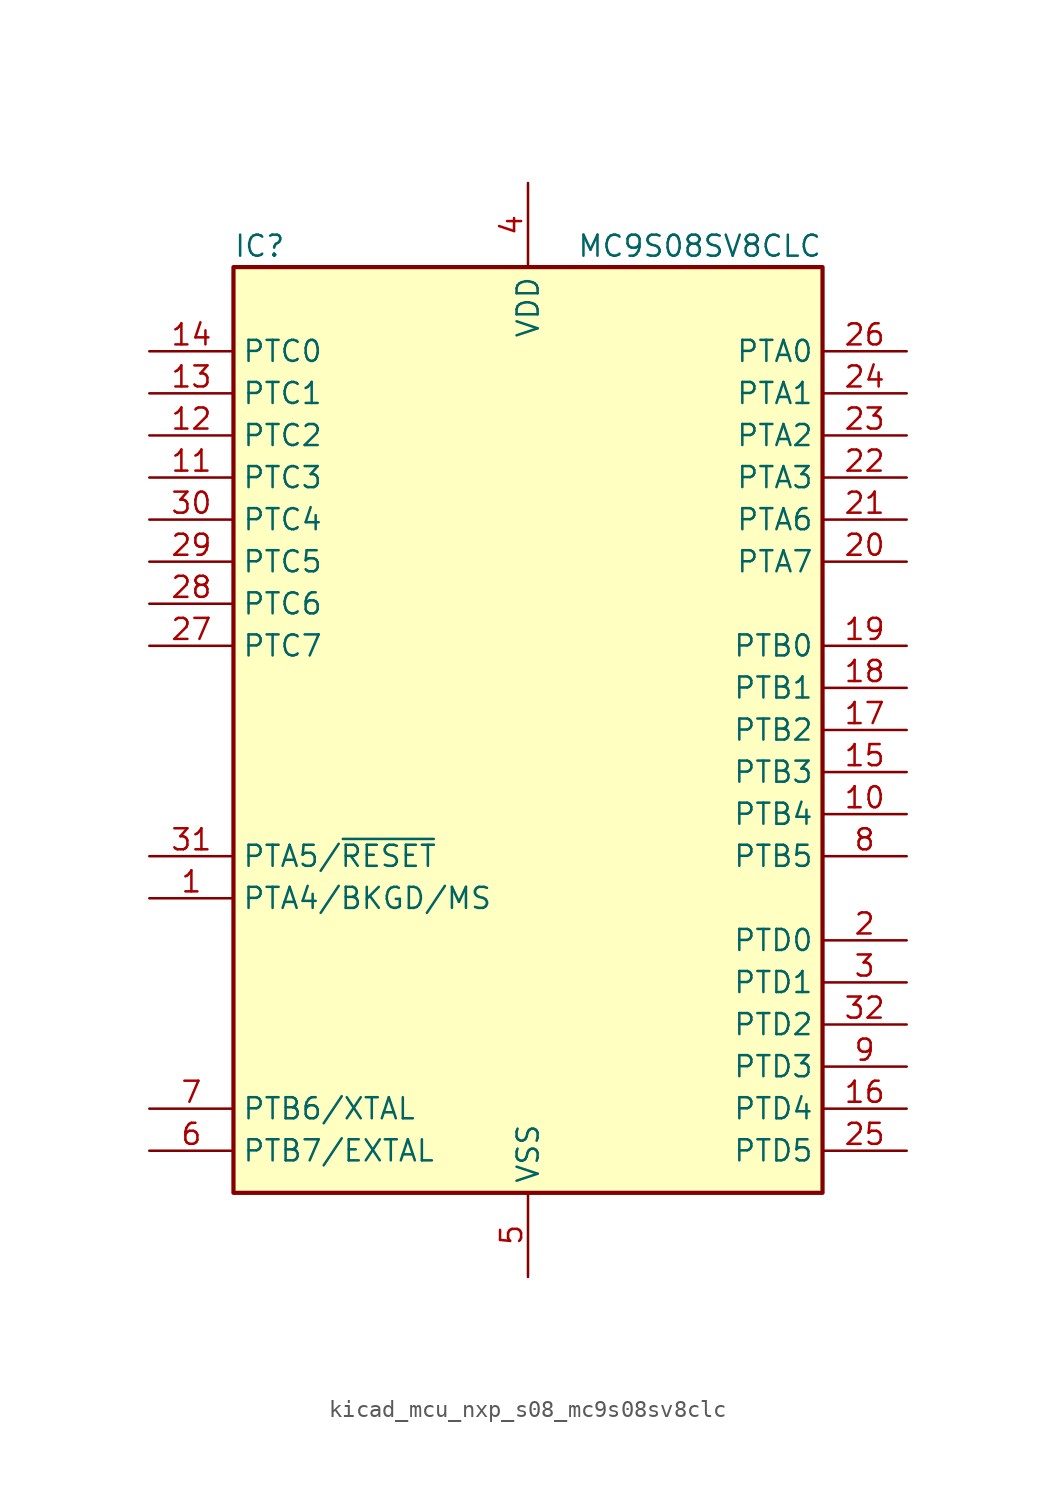
<source format=kicad_sym>
(kicad_symbol_lib
  (version 20220914)
  (generator kicad_symbol_editor)
  (symbol "kicad_mcu_nxp_s08_mc9s08sv8clc"
    (property "Reference" "IC"
      (at -17.78 29.21 0)
      (effects (font (size 1.27 1.27)) (justify left)))
    (property "Value" "MC9S08SV8CLC"
      (at 17.78 29.21 0)
      (effects (font (size 1.27 1.27)) (justify right)))
    (symbol "kicad_mcu_nxp_s08_mc9s08sv8clc_0_1"
      (rectangle (start -17.78 27.94) (end 17.78 -27.94) (stroke (width 0.254) (type default)) (fill (type background))))
    (symbol "kicad_mcu_nxp_s08_mc9s08sv8clc_1_1"
      (pin bidirectional line (at -22.86 -10.16 0) (length 5.08) (name "PTA4/BKGD/MS" (effects (font (size 1.27 1.27)))) (number "1" (effects (font (size 1.27 1.27)))))
      (pin bidirectional line (at 22.86 -5.08 180) (length 5.08) (name "PTB4" (effects (font (size 1.27 1.27)))) (number "10" (effects (font (size 1.27 1.27)))))
      (pin bidirectional line (at -22.86 15.24 0) (length 5.08) (name "PTC3" (effects (font (size 1.27 1.27)))) (number "11" (effects (font (size 1.27 1.27)))))
      (pin bidirectional line (at -22.86 17.78 0) (length 5.08) (name "PTC2" (effects (font (size 1.27 1.27)))) (number "12" (effects (font (size 1.27 1.27)))))
      (pin bidirectional line (at -22.86 20.32 0) (length 5.08) (name "PTC1" (effects (font (size 1.27 1.27)))) (number "13" (effects (font (size 1.27 1.27)))))
      (pin bidirectional line (at -22.86 22.86 0) (length 5.08) (name "PTC0" (effects (font (size 1.27 1.27)))) (number "14" (effects (font (size 1.27 1.27)))))
      (pin bidirectional line (at 22.86 -2.54 180) (length 5.08) (name "PTB3" (effects (font (size 1.27 1.27)))) (number "15" (effects (font (size 1.27 1.27)))))
      (pin bidirectional line (at 22.86 -22.86 180) (length 5.08) (name "PTD4" (effects (font (size 1.27 1.27)))) (number "16" (effects (font (size 1.27 1.27)))))
      (pin bidirectional line (at 22.86 0 180) (length 5.08) (name "PTB2" (effects (font (size 1.27 1.27)))) (number "17" (effects (font (size 1.27 1.27)))))
      (pin bidirectional line (at 22.86 2.54 180) (length 5.08) (name "PTB1" (effects (font (size 1.27 1.27)))) (number "18" (effects (font (size 1.27 1.27)))))
      (pin bidirectional line (at 22.86 5.08 180) (length 5.08) (name "PTB0" (effects (font (size 1.27 1.27)))) (number "19" (effects (font (size 1.27 1.27)))))
      (pin bidirectional line (at 22.86 -12.7 180) (length 5.08) (name "PTD0" (effects (font (size 1.27 1.27)))) (number "2" (effects (font (size 1.27 1.27)))))
      (pin bidirectional line (at 22.86 10.16 180) (length 5.08) (name "PTA7" (effects (font (size 1.27 1.27)))) (number "20" (effects (font (size 1.27 1.27)))))
      (pin bidirectional line (at 22.86 12.7 180) (length 5.08) (name "PTA6" (effects (font (size 1.27 1.27)))) (number "21" (effects (font (size 1.27 1.27)))))
      (pin bidirectional line (at 22.86 15.24 180) (length 5.08) (name "PTA3" (effects (font (size 1.27 1.27)))) (number "22" (effects (font (size 1.27 1.27)))))
      (pin bidirectional line (at 22.86 17.78 180) (length 5.08) (name "PTA2" (effects (font (size 1.27 1.27)))) (number "23" (effects (font (size 1.27 1.27)))))
      (pin bidirectional line (at 22.86 20.32 180) (length 5.08) (name "PTA1" (effects (font (size 1.27 1.27)))) (number "24" (effects (font (size 1.27 1.27)))))
      (pin bidirectional line (at 22.86 -25.4 180) (length 5.08) (name "PTD5" (effects (font (size 1.27 1.27)))) (number "25" (effects (font (size 1.27 1.27)))))
      (pin bidirectional line (at 22.86 22.86 180) (length 5.08) (name "PTA0" (effects (font (size 1.27 1.27)))) (number "26" (effects (font (size 1.27 1.27)))))
      (pin bidirectional line (at -22.86 5.08 0) (length 5.08) (name "PTC7" (effects (font (size 1.27 1.27)))) (number "27" (effects (font (size 1.27 1.27)))))
      (pin bidirectional line (at -22.86 7.62 0) (length 5.08) (name "PTC6" (effects (font (size 1.27 1.27)))) (number "28" (effects (font (size 1.27 1.27)))))
      (pin bidirectional line (at -22.86 10.16 0) (length 5.08) (name "PTC5" (effects (font (size 1.27 1.27)))) (number "29" (effects (font (size 1.27 1.27)))))
      (pin bidirectional line (at 22.86 -15.24 180) (length 5.08) (name "PTD1" (effects (font (size 1.27 1.27)))) (number "3" (effects (font (size 1.27 1.27)))))
      (pin bidirectional line (at -22.86 12.7 0) (length 5.08) (name "PTC4" (effects (font (size 1.27 1.27)))) (number "30" (effects (font (size 1.27 1.27)))))
      (pin bidirectional line (at -22.86 -7.62 0) (length 5.08) (name "PTA5/~{RESET}" (effects (font (size 1.27 1.27)))) (number "31" (effects (font (size 1.27 1.27)))))
      (pin bidirectional line (at 22.86 -17.78 180) (length 5.08) (name "PTD2" (effects (font (size 1.27 1.27)))) (number "32" (effects (font (size 1.27 1.27)))))
      (pin power_in line (at 0 33.02 270) (length 5.08) (name "VDD" (effects (font (size 1.27 1.27)))) (number "4" (effects (font (size 1.27 1.27)))))
      (pin power_in line (at 0 -33.02 90) (length 5.08) (name "VSS" (effects (font (size 1.27 1.27)))) (number "5" (effects (font (size 1.27 1.27)))))
      (pin bidirectional line (at -22.86 -25.4 0) (length 5.08) (name "PTB7/EXTAL" (effects (font (size 1.27 1.27)))) (number "6" (effects (font (size 1.27 1.27)))))
      (pin bidirectional line (at -22.86 -22.86 0) (length 5.08) (name "PTB6/XTAL" (effects (font (size 1.27 1.27)))) (number "7" (effects (font (size 1.27 1.27)))))
      (pin bidirectional line (at 22.86 -7.62 180) (length 5.08) (name "PTB5" (effects (font (size 1.27 1.27)))) (number "8" (effects (font (size 1.27 1.27)))))
      (pin bidirectional line (at 22.86 -20.32 180) (length 5.08) (name "PTD3" (effects (font (size 1.27 1.27)))) (number "9" (effects (font (size 1.27 1.27))))))))
</source>
